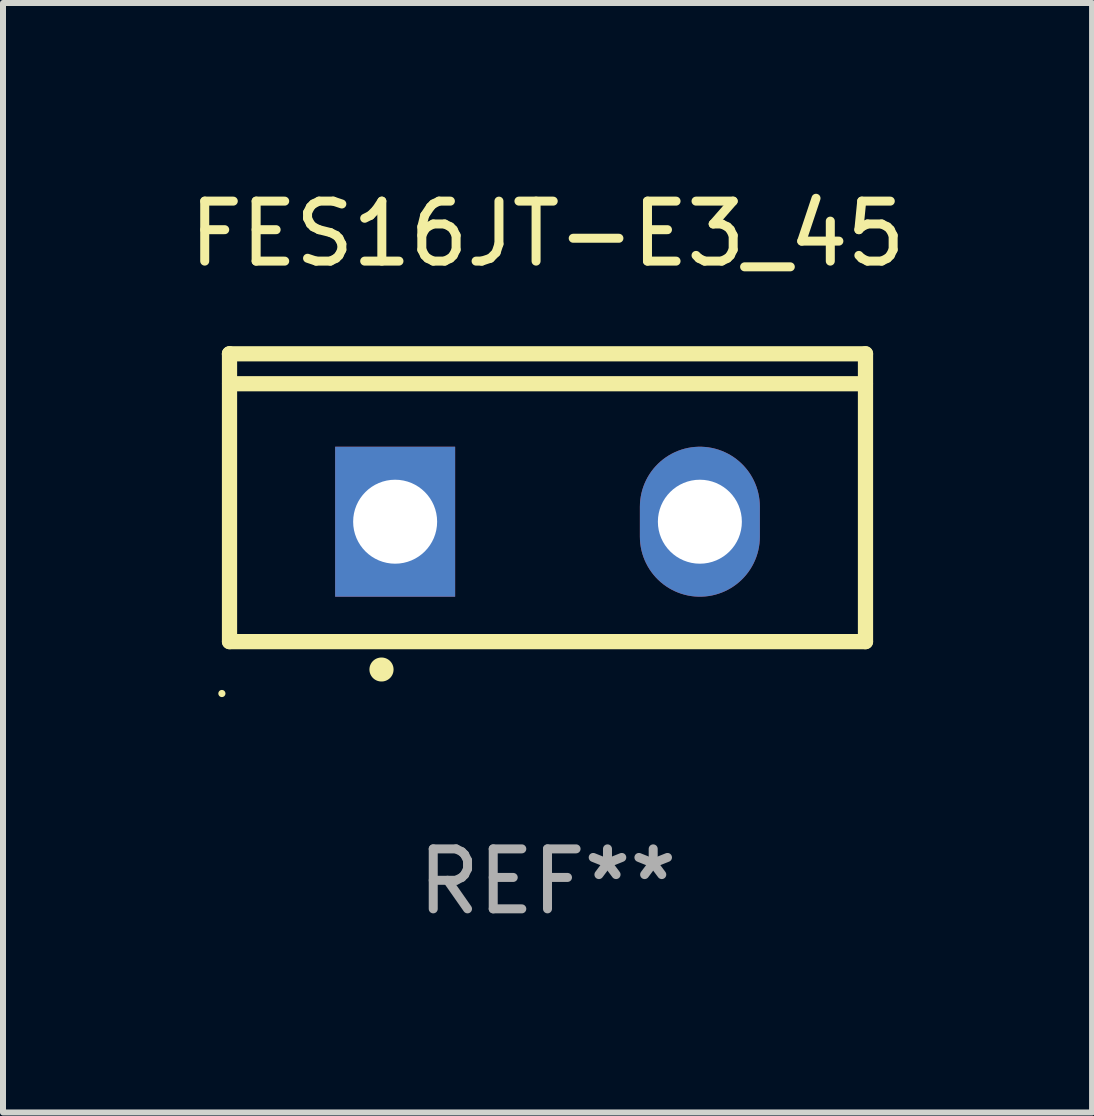
<source format=kicad_pcb>
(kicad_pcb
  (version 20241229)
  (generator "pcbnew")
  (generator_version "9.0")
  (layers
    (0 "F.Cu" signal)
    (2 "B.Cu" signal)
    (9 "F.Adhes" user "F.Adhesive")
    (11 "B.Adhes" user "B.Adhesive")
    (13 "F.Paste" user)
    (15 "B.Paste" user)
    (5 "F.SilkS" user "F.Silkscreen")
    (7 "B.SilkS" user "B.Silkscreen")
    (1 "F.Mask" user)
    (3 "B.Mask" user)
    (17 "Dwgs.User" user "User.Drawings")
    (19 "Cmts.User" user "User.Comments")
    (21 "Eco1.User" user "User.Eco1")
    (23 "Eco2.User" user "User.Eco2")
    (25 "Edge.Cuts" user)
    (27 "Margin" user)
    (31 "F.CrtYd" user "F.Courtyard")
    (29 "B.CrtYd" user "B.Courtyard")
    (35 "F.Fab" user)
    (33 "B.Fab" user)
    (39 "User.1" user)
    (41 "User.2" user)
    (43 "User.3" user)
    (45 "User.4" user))
  (footprint "FES16JT-E3_45"
    (layer "F.Cu")
    (at 6.077 5.247)
    (property "Reference" "FES16JT-E3_45" (at 0 -4.399 0) (layer "F.SilkS") (effects (font (size 1 1) (thickness 0.15))))
    (attr through_hole)
    (fp_line (start -5.301 -2.399) (end 5.301 -2.399) (stroke (width 0.254) (type solid)) (layer "F.SilkS"))
    (fp_line (start -5.301 -2.394) (end -5.301 -2.399) (stroke (width 0.254) (type solid)) (layer "F.SilkS"))
    (fp_line (start -5.301 2.399) (end -5.301 -2.394) (stroke (width 0.254) (type solid)) (layer "F.SilkS"))
    (fp_line (start 5.3 -1.9) (end -5.3 -1.9) (stroke (width 0.254) (type solid)) (layer "F.SilkS"))
    (fp_line (start 5.301 -2.399) (end 5.301 2.399) (stroke (width 0.254) (type solid)) (layer "F.SilkS"))
    (fp_line (start 5.301 2.399) (end -5.301 2.399) (stroke (width 0.254) (type solid)) (layer "F.SilkS"))
    (fp_arc (start -2.768606 2.863843) (mid -2.767336 2.863839) (end -2.766066 2.863843) (stroke (width 0.4) (type solid)) (layer "F.SilkS"))
    (fp_circle (center -5.428 3.264) (end -5.398 3.264) (stroke (width 0.06) (type solid)) (fill no) (layer "F.SilkS"))
    (fp_text user "REF**" (at 0 6.399 0) (layer "F.Fab") (effects (font (size 1 1) (thickness 0.15))))
    (pad "1" thru_hole rect (at -2.54 0.4) (size 2 2.5) (drill 1.4) (layers "*.Cu" "*.Mask"))
    (pad "2" thru_hole oval (at 2.54 0.4) (size 2 2.5) (drill 1.4) (layers "*.Cu" "*.Mask")))
  (gr_rect
    (start -3 -3)
    (end 15.155 15.495)
    (stroke (width 0.1) (type default))
    (fill no)
    (layer "Edge.Cuts")))
</source>
